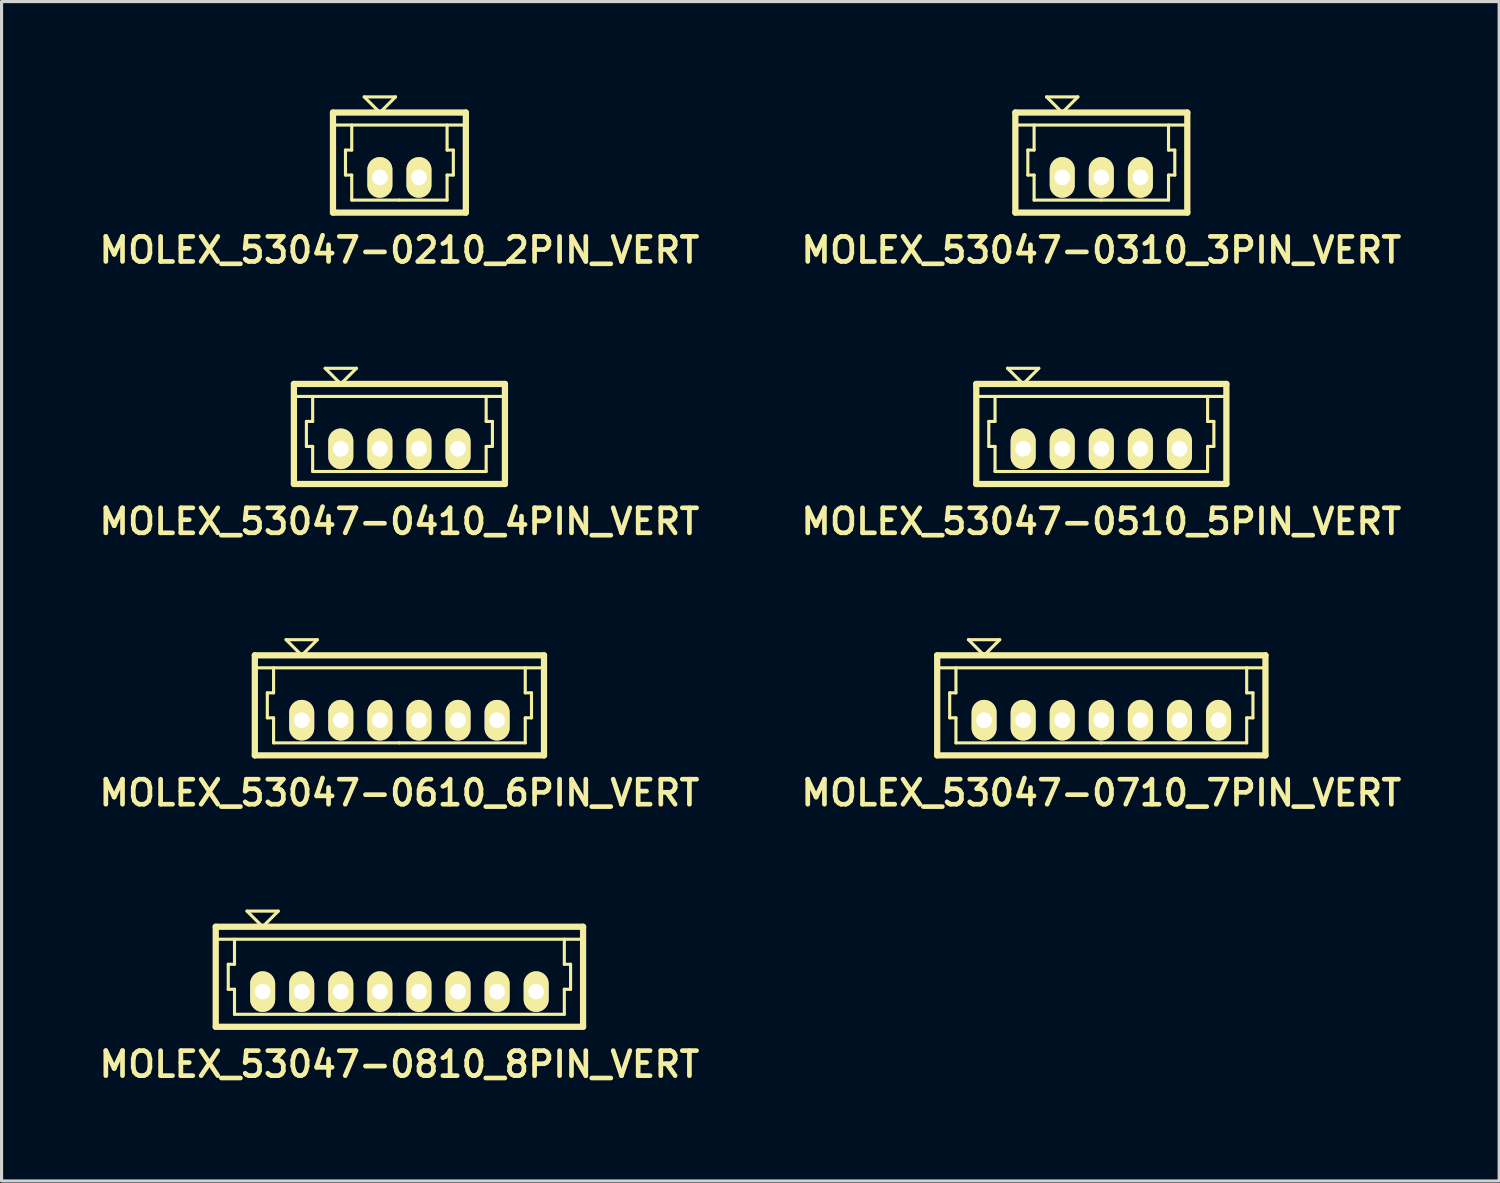
<source format=kicad_pcb>
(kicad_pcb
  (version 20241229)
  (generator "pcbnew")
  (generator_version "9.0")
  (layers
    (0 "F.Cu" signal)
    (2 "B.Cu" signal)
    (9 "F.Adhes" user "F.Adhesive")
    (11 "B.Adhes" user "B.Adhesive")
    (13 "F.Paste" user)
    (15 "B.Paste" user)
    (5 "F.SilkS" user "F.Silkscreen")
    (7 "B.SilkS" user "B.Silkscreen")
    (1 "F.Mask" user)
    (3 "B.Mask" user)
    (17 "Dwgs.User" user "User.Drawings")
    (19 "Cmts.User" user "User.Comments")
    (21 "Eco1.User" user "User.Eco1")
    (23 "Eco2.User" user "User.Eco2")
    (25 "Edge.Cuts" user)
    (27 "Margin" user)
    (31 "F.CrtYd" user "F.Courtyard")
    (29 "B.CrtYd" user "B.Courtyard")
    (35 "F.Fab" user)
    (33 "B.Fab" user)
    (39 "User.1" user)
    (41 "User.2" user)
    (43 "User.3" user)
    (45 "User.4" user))
  (footprint "MOLEX_53047-0810_8PIN_VERT"
    (layer "F.Cu")
    (at 9.726 28.194)
    (property "Reference" "MOLEX_53047-0810_8PIN_VERT" (at 0 2.8 0) (layer "F.SilkS") (effects (font (size 0.8 0.8) (thickness 0.15))))
    (attr through_hole)
    (fp_line (start -5.875 -1.6) (end -5.875 1.6) (stroke (width 0.2) (type solid)) (layer "F.SilkS"))
    (fp_line (start -5.875 -1.6) (end 5.875 -1.6) (stroke (width 0.2) (type solid)) (layer "F.SilkS"))
    (fp_line (start -5.875 -1.2) (end 5.875 -1.2) (stroke (width 0.1) (type solid)) (layer "F.SilkS"))
    (fp_line (start -5.875 1.6) (end 5.875 1.6) (stroke (width 0.2) (type solid)) (layer "F.SilkS"))
    (fp_line (start -5.475 -0.4) (end -5.275 -0.4) (stroke (width 0.1) (type solid)) (layer "F.SilkS"))
    (fp_line (start -5.475 0.4) (end -5.475 -0.4) (stroke (width 0.1) (type solid)) (layer "F.SilkS"))
    (fp_line (start -5.275 -0.4) (end -5.275 -1.2) (stroke (width 0.1) (type solid)) (layer "F.SilkS"))
    (fp_line (start -5.275 0.4) (end -5.475 0.4) (stroke (width 0.1) (type solid)) (layer "F.SilkS"))
    (fp_line (start -5.275 1.2) (end -5.275 0.4) (stroke (width 0.1) (type solid)) (layer "F.SilkS"))
    (fp_line (start -4.875 -2.1) (end -4.375 -1.6) (stroke (width 0.1) (type solid)) (layer "F.SilkS"))
    (fp_line (start -4.375 -1.6) (end -3.875 -2.1) (stroke (width 0.1) (type solid)) (layer "F.SilkS"))
    (fp_line (start -3.875 -2.1) (end -4.875 -2.1) (stroke (width 0.1) (type solid)) (layer "F.SilkS"))
    (fp_line (start 0 1.2) (end -5.275 1.2) (stroke (width 0.1) (type solid)) (layer "F.SilkS"))
    (fp_line (start 0 1.2) (end 5.275 1.2) (stroke (width 0.1) (type solid)) (layer "F.SilkS"))
    (fp_line (start 5.275 -0.4) (end 5.275 -1.2) (stroke (width 0.1) (type solid)) (layer "F.SilkS"))
    (fp_line (start 5.275 0.4) (end 5.475 0.4) (stroke (width 0.1) (type solid)) (layer "F.SilkS"))
    (fp_line (start 5.275 1.2) (end 5.275 0.4) (stroke (width 0.1) (type solid)) (layer "F.SilkS"))
    (fp_line (start 5.475 -0.4) (end 5.275 -0.4) (stroke (width 0.1) (type solid)) (layer "F.SilkS"))
    (fp_line (start 5.475 0.4) (end 5.475 -0.4) (stroke (width 0.1) (type solid)) (layer "F.SilkS"))
    (fp_line (start 5.875 -1.6) (end 5.875 1.6) (stroke (width 0.2) (type solid)) (layer "F.SilkS"))
    (pad "1" thru_hole oval (at -4.375 0.475) (size 0.8 1.3) (drill 0.5) (layers "*.Cu" "*.Mask" "F.SilkS"))
    (pad "2" thru_hole oval (at -3.125 0.475) (size 0.8 1.3) (drill 0.5) (layers "*.Cu" "*.Mask" "F.SilkS"))
    (pad "3" thru_hole oval (at -1.875 0.475) (size 0.8 1.3) (drill 0.5) (layers "*.Cu" "*.Mask" "F.SilkS"))
    (pad "4" thru_hole oval (at -0.625 0.475) (size 0.8 1.3) (drill 0.5) (layers "*.Cu" "*.Mask" "F.SilkS"))
    (pad "5" thru_hole oval (at 0.625 0.475) (size 0.8 1.3) (drill 0.5) (layers "*.Cu" "*.Mask" "F.SilkS"))
    (pad "6" thru_hole oval (at 1.875 0.475) (size 0.8 1.3) (drill 0.5) (layers "*.Cu" "*.Mask" "F.SilkS"))
    (pad "7" thru_hole oval (at 3.125 0.475) (size 0.8 1.3) (drill 0.5) (layers "*.Cu" "*.Mask" "F.SilkS"))
    (pad "8" thru_hole oval (at 4.375 0.475) (size 0.8 1.3) (drill 0.5) (layers "*.Cu" "*.Mask" "F.SilkS")))
  (footprint "MOLEX_53047-0510_5PIN_VERT"
    (layer "F.Cu")
    (at 32.178 10.831)
    (property "Reference" "MOLEX_53047-0510_5PIN_VERT" (at 0 2.8 0) (layer "F.SilkS") (effects (font (size 0.8 0.8) (thickness 0.15))))
    (attr through_hole)
    (fp_line (start -4 -1.6) (end -4 1.6) (stroke (width 0.2) (type solid)) (layer "F.SilkS"))
    (fp_line (start -4 -1.6) (end 4 -1.6) (stroke (width 0.2) (type solid)) (layer "F.SilkS"))
    (fp_line (start -4 -1.2) (end 4 -1.2) (stroke (width 0.1) (type solid)) (layer "F.SilkS"))
    (fp_line (start -4 1.6) (end 4 1.6) (stroke (width 0.2) (type solid)) (layer "F.SilkS"))
    (fp_line (start -3.6 -0.4) (end -3.4 -0.4) (stroke (width 0.1) (type solid)) (layer "F.SilkS"))
    (fp_line (start -3.6 0.4) (end -3.6 -0.4) (stroke (width 0.1) (type solid)) (layer "F.SilkS"))
    (fp_line (start -3.4 -0.4) (end -3.4 -1.2) (stroke (width 0.1) (type solid)) (layer "F.SilkS"))
    (fp_line (start -3.4 0.4) (end -3.6 0.4) (stroke (width 0.1) (type solid)) (layer "F.SilkS"))
    (fp_line (start -3.4 1.2) (end -3.4 0.4) (stroke (width 0.1) (type solid)) (layer "F.SilkS"))
    (fp_line (start -3 -2.1) (end -2.5 -1.6) (stroke (width 0.1) (type solid)) (layer "F.SilkS"))
    (fp_line (start -2.5 -1.6) (end -2 -2.1) (stroke (width 0.1) (type solid)) (layer "F.SilkS"))
    (fp_line (start -2 -2.1) (end -3 -2.1) (stroke (width 0.1) (type solid)) (layer "F.SilkS"))
    (fp_line (start 0 1.2) (end -3.4 1.2) (stroke (width 0.1) (type solid)) (layer "F.SilkS"))
    (fp_line (start 0 1.2) (end 3.4 1.2) (stroke (width 0.1) (type solid)) (layer "F.SilkS"))
    (fp_line (start 3.4 -0.4) (end 3.4 -1.2) (stroke (width 0.1) (type solid)) (layer "F.SilkS"))
    (fp_line (start 3.4 0.4) (end 3.6 0.4) (stroke (width 0.1) (type solid)) (layer "F.SilkS"))
    (fp_line (start 3.4 1.2) (end 3.4 0.4) (stroke (width 0.1) (type solid)) (layer "F.SilkS"))
    (fp_line (start 3.6 -0.4) (end 3.4 -0.4) (stroke (width 0.1) (type solid)) (layer "F.SilkS"))
    (fp_line (start 3.6 0.4) (end 3.6 -0.4) (stroke (width 0.1) (type solid)) (layer "F.SilkS"))
    (fp_line (start 4 -1.6) (end 4 1.6) (stroke (width 0.2) (type solid)) (layer "F.SilkS"))
    (pad "1" thru_hole oval (at -2.5 0.475) (size 0.8 1.3) (drill 0.5) (layers "*.Cu" "*.Mask" "F.SilkS"))
    (pad "2" thru_hole oval (at -1.25 0.475) (size 0.8 1.3) (drill 0.5) (layers "*.Cu" "*.Mask" "F.SilkS"))
    (pad "3" thru_hole oval (at 0 0.475) (size 0.8 1.3) (drill 0.5) (layers "*.Cu" "*.Mask" "F.SilkS"))
    (pad "4" thru_hole oval (at 1.25 0.475) (size 0.8 1.3) (drill 0.5) (layers "*.Cu" "*.Mask" "F.SilkS"))
    (pad "5" thru_hole oval (at 2.5 0.475) (size 0.8 1.3) (drill 0.5) (layers "*.Cu" "*.Mask" "F.SilkS")))
  (footprint "MOLEX_53047-0710_7PIN_VERT"
    (layer "F.Cu")
    (at 32.178 19.512)
    (property "Reference" "MOLEX_53047-0710_7PIN_VERT" (at 0 2.8 0) (layer "F.SilkS") (effects (font (size 0.8 0.8) (thickness 0.15))))
    (attr through_hole)
    (fp_line (start -5.25 -1.6) (end -5.25 1.6) (stroke (width 0.2) (type solid)) (layer "F.SilkS"))
    (fp_line (start -5.25 -1.6) (end 5.25 -1.6) (stroke (width 0.2) (type solid)) (layer "F.SilkS"))
    (fp_line (start -5.25 -1.2) (end 5.25 -1.2) (stroke (width 0.1) (type solid)) (layer "F.SilkS"))
    (fp_line (start -5.25 1.6) (end 5.25 1.6) (stroke (width 0.2) (type solid)) (layer "F.SilkS"))
    (fp_line (start -4.85 -0.4) (end -4.65 -0.4) (stroke (width 0.1) (type solid)) (layer "F.SilkS"))
    (fp_line (start -4.85 0.4) (end -4.85 -0.4) (stroke (width 0.1) (type solid)) (layer "F.SilkS"))
    (fp_line (start -4.65 -0.4) (end -4.65 -1.2) (stroke (width 0.1) (type solid)) (layer "F.SilkS"))
    (fp_line (start -4.65 0.4) (end -4.85 0.4) (stroke (width 0.1) (type solid)) (layer "F.SilkS"))
    (fp_line (start -4.65 1.2) (end -4.65 0.4) (stroke (width 0.1) (type solid)) (layer "F.SilkS"))
    (fp_line (start -4.25 -2.1) (end -3.75 -1.6) (stroke (width 0.1) (type solid)) (layer "F.SilkS"))
    (fp_line (start -3.75 -1.6) (end -3.25 -2.1) (stroke (width 0.1) (type solid)) (layer "F.SilkS"))
    (fp_line (start -3.25 -2.1) (end -4.25 -2.1) (stroke (width 0.1) (type solid)) (layer "F.SilkS"))
    (fp_line (start 0 1.2) (end -4.65 1.2) (stroke (width 0.1) (type solid)) (layer "F.SilkS"))
    (fp_line (start 0 1.2) (end 4.65 1.2) (stroke (width 0.1) (type solid)) (layer "F.SilkS"))
    (fp_line (start 4.65 -0.4) (end 4.65 -1.2) (stroke (width 0.1) (type solid)) (layer "F.SilkS"))
    (fp_line (start 4.65 0.4) (end 4.85 0.4) (stroke (width 0.1) (type solid)) (layer "F.SilkS"))
    (fp_line (start 4.65 1.2) (end 4.65 0.4) (stroke (width 0.1) (type solid)) (layer "F.SilkS"))
    (fp_line (start 4.85 -0.4) (end 4.65 -0.4) (stroke (width 0.1) (type solid)) (layer "F.SilkS"))
    (fp_line (start 4.85 0.4) (end 4.85 -0.4) (stroke (width 0.1) (type solid)) (layer "F.SilkS"))
    (fp_line (start 5.25 -1.6) (end 5.25 1.6) (stroke (width 0.2) (type solid)) (layer "F.SilkS"))
    (pad "1" thru_hole oval (at -3.75 0.475) (size 0.8 1.3) (drill 0.5) (layers "*.Cu" "*.Mask" "F.SilkS"))
    (pad "2" thru_hole oval (at -2.5 0.475) (size 0.8 1.3) (drill 0.5) (layers "*.Cu" "*.Mask" "F.SilkS"))
    (pad "3" thru_hole oval (at -1.25 0.475) (size 0.8 1.3) (drill 0.5) (layers "*.Cu" "*.Mask" "F.SilkS"))
    (pad "4" thru_hole oval (at 0 0.475) (size 0.8 1.3) (drill 0.5) (layers "*.Cu" "*.Mask" "F.SilkS"))
    (pad "5" thru_hole oval (at 1.25 0.475) (size 0.8 1.3) (drill 0.5) (layers "*.Cu" "*.Mask" "F.SilkS"))
    (pad "6" thru_hole oval (at 2.5 0.475) (size 0.8 1.3) (drill 0.5) (layers "*.Cu" "*.Mask" "F.SilkS"))
    (pad "7" thru_hole oval (at 3.75 0.475) (size 0.8 1.3) (drill 0.5) (layers "*.Cu" "*.Mask" "F.SilkS")))
  (footprint "MOLEX_53047-0310_3PIN_VERT"
    (layer "F.Cu")
    (at 32.178 2.15)
    (property "Reference" "MOLEX_53047-0310_3PIN_VERT" (at 0 2.8 0) (layer "F.SilkS") (effects (font (size 0.8 0.8) (thickness 0.15))))
    (attr through_hole)
    (fp_line (start -2.75 -1.6) (end -2.75 1.6) (stroke (width 0.2) (type solid)) (layer "F.SilkS"))
    (fp_line (start -2.75 -1.6) (end 2.75 -1.6) (stroke (width 0.2) (type solid)) (layer "F.SilkS"))
    (fp_line (start -2.75 -1.2) (end 2.75 -1.2) (stroke (width 0.1) (type solid)) (layer "F.SilkS"))
    (fp_line (start -2.75 1.6) (end 2.75 1.6) (stroke (width 0.2) (type solid)) (layer "F.SilkS"))
    (fp_line (start -2.35 -0.4) (end -2.15 -0.4) (stroke (width 0.1) (type solid)) (layer "F.SilkS"))
    (fp_line (start -2.35 0.4) (end -2.35 -0.4) (stroke (width 0.1) (type solid)) (layer "F.SilkS"))
    (fp_line (start -2.15 -0.4) (end -2.15 -1.2) (stroke (width 0.1) (type solid)) (layer "F.SilkS"))
    (fp_line (start -2.15 0.4) (end -2.35 0.4) (stroke (width 0.1) (type solid)) (layer "F.SilkS"))
    (fp_line (start -2.15 1.2) (end -2.15 0.4) (stroke (width 0.1) (type solid)) (layer "F.SilkS"))
    (fp_line (start -1.75 -2.1) (end -1.25 -1.6) (stroke (width 0.1) (type solid)) (layer "F.SilkS"))
    (fp_line (start -1.25 -1.6) (end -0.75 -2.1) (stroke (width 0.1) (type solid)) (layer "F.SilkS"))
    (fp_line (start -0.75 -2.1) (end -1.75 -2.1) (stroke (width 0.1) (type solid)) (layer "F.SilkS"))
    (fp_line (start 0 1.2) (end -2.15 1.2) (stroke (width 0.1) (type solid)) (layer "F.SilkS"))
    (fp_line (start 0 1.2) (end 2.15 1.2) (stroke (width 0.1) (type solid)) (layer "F.SilkS"))
    (fp_line (start 2.15 -0.4) (end 2.15 -1.2) (stroke (width 0.1) (type solid)) (layer "F.SilkS"))
    (fp_line (start 2.15 0.4) (end 2.35 0.4) (stroke (width 0.1) (type solid)) (layer "F.SilkS"))
    (fp_line (start 2.15 1.2) (end 2.15 0.4) (stroke (width 0.1) (type solid)) (layer "F.SilkS"))
    (fp_line (start 2.35 -0.4) (end 2.15 -0.4) (stroke (width 0.1) (type solid)) (layer "F.SilkS"))
    (fp_line (start 2.35 0.4) (end 2.35 -0.4) (stroke (width 0.1) (type solid)) (layer "F.SilkS"))
    (fp_line (start 2.75 -1.6) (end 2.75 1.6) (stroke (width 0.2) (type solid)) (layer "F.SilkS"))
    (pad "1" thru_hole oval (at -1.25 0.475) (size 0.8 1.3) (drill 0.5) (layers "*.Cu" "*.Mask" "F.SilkS"))
    (pad "2" thru_hole oval (at 0 0.475) (size 0.8 1.3) (drill 0.5) (layers "*.Cu" "*.Mask" "F.SilkS"))
    (pad "3" thru_hole oval (at 1.25 0.475) (size 0.8 1.3) (drill 0.5) (layers "*.Cu" "*.Mask" "F.SilkS")))
  (footprint "MOLEX_53047-0210_2PIN_VERT"
    (layer "F.Cu")
    (at 9.726 2.15)
    (property "Reference" "MOLEX_53047-0210_2PIN_VERT" (at 0 2.8 0) (layer "F.SilkS") (effects (font (size 0.8 0.8) (thickness 0.15))))
    (attr through_hole)
    (fp_line (start -2.125 -1.6) (end -2.125 1.6) (stroke (width 0.2) (type solid)) (layer "F.SilkS"))
    (fp_line (start -2.125 -1.6) (end 2.125 -1.6) (stroke (width 0.2) (type solid)) (layer "F.SilkS"))
    (fp_line (start -2.125 -1.2) (end 2.125 -1.2) (stroke (width 0.1) (type solid)) (layer "F.SilkS"))
    (fp_line (start -2.125 1.6) (end 2.125 1.6) (stroke (width 0.2) (type solid)) (layer "F.SilkS"))
    (fp_line (start -1.725 -0.4) (end -1.525 -0.4) (stroke (width 0.1) (type solid)) (layer "F.SilkS"))
    (fp_line (start -1.725 0.4) (end -1.725 -0.4) (stroke (width 0.1) (type solid)) (layer "F.SilkS"))
    (fp_line (start -1.525 -0.4) (end -1.525 -1.2) (stroke (width 0.1) (type solid)) (layer "F.SilkS"))
    (fp_line (start -1.525 0.4) (end -1.725 0.4) (stroke (width 0.1) (type solid)) (layer "F.SilkS"))
    (fp_line (start -1.525 1.2) (end -1.525 0.4) (stroke (width 0.1) (type solid)) (layer "F.SilkS"))
    (fp_line (start -1.125 -2.1) (end -0.625 -1.6) (stroke (width 0.1) (type solid)) (layer "F.SilkS"))
    (fp_line (start -0.625 -1.6) (end -0.125 -2.1) (stroke (width 0.1) (type solid)) (layer "F.SilkS"))
    (fp_line (start -0.125 -2.1) (end -1.125 -2.1) (stroke (width 0.1) (type solid)) (layer "F.SilkS"))
    (fp_line (start 0 1.2) (end -1.525 1.2) (stroke (width 0.1) (type solid)) (layer "F.SilkS"))
    (fp_line (start 0 1.2) (end 1.525 1.2) (stroke (width 0.1) (type solid)) (layer "F.SilkS"))
    (fp_line (start 1.525 -0.4) (end 1.525 -1.2) (stroke (width 0.1) (type solid)) (layer "F.SilkS"))
    (fp_line (start 1.525 0.4) (end 1.725 0.4) (stroke (width 0.1) (type solid)) (layer "F.SilkS"))
    (fp_line (start 1.525 1.2) (end 1.525 0.4) (stroke (width 0.1) (type solid)) (layer "F.SilkS"))
    (fp_line (start 1.725 -0.4) (end 1.525 -0.4) (stroke (width 0.1) (type solid)) (layer "F.SilkS"))
    (fp_line (start 1.725 0.4) (end 1.725 -0.4) (stroke (width 0.1) (type solid)) (layer "F.SilkS"))
    (fp_line (start 2.125 -1.6) (end 2.125 1.6) (stroke (width 0.2) (type solid)) (layer "F.SilkS"))
    (pad "1" thru_hole oval (at -0.625 0.475) (size 0.8 1.3) (drill 0.5) (layers "*.Cu" "*.Mask" "F.SilkS"))
    (pad "2" thru_hole oval (at 0.625 0.475) (size 0.8 1.3) (drill 0.5) (layers "*.Cu" "*.Mask" "F.SilkS")))
  (footprint "MOLEX_53047-0610_6PIN_VERT"
    (layer "F.Cu")
    (at 9.726 19.512)
    (property "Reference" "MOLEX_53047-0610_6PIN_VERT" (at 0 2.8 0) (layer "F.SilkS") (effects (font (size 0.8 0.8) (thickness 0.15))))
    (attr through_hole)
    (fp_line (start -4.625 -1.6) (end -4.625 1.6) (stroke (width 0.2) (type solid)) (layer "F.SilkS"))
    (fp_line (start -4.625 -1.6) (end 4.625 -1.6) (stroke (width 0.2) (type solid)) (layer "F.SilkS"))
    (fp_line (start -4.625 -1.2) (end 4.625 -1.2) (stroke (width 0.1) (type solid)) (layer "F.SilkS"))
    (fp_line (start -4.625 1.6) (end 4.625 1.6) (stroke (width 0.2) (type solid)) (layer "F.SilkS"))
    (fp_line (start -4.225 -0.4) (end -4.025 -0.4) (stroke (width 0.1) (type solid)) (layer "F.SilkS"))
    (fp_line (start -4.225 0.4) (end -4.225 -0.4) (stroke (width 0.1) (type solid)) (layer "F.SilkS"))
    (fp_line (start -4.025 -0.4) (end -4.025 -1.2) (stroke (width 0.1) (type solid)) (layer "F.SilkS"))
    (fp_line (start -4.025 0.4) (end -4.225 0.4) (stroke (width 0.1) (type solid)) (layer "F.SilkS"))
    (fp_line (start -4.025 1.2) (end -4.025 0.4) (stroke (width 0.1) (type solid)) (layer "F.SilkS"))
    (fp_line (start -3.625 -2.1) (end -3.125 -1.6) (stroke (width 0.1) (type solid)) (layer "F.SilkS"))
    (fp_line (start -3.125 -1.6) (end -2.625 -2.1) (stroke (width 0.1) (type solid)) (layer "F.SilkS"))
    (fp_line (start -2.625 -2.1) (end -3.625 -2.1) (stroke (width 0.1) (type solid)) (layer "F.SilkS"))
    (fp_line (start 0 1.2) (end -4.025 1.2) (stroke (width 0.1) (type solid)) (layer "F.SilkS"))
    (fp_line (start 0 1.2) (end 4.025 1.2) (stroke (width 0.1) (type solid)) (layer "F.SilkS"))
    (fp_line (start 4.025 -0.4) (end 4.025 -1.2) (stroke (width 0.1) (type solid)) (layer "F.SilkS"))
    (fp_line (start 4.025 0.4) (end 4.225 0.4) (stroke (width 0.1) (type solid)) (layer "F.SilkS"))
    (fp_line (start 4.025 1.2) (end 4.025 0.4) (stroke (width 0.1) (type solid)) (layer "F.SilkS"))
    (fp_line (start 4.225 -0.4) (end 4.025 -0.4) (stroke (width 0.1) (type solid)) (layer "F.SilkS"))
    (fp_line (start 4.225 0.4) (end 4.225 -0.4) (stroke (width 0.1) (type solid)) (layer "F.SilkS"))
    (fp_line (start 4.625 -1.6) (end 4.625 1.6) (stroke (width 0.2) (type solid)) (layer "F.SilkS"))
    (pad "1" thru_hole oval (at -3.125 0.475) (size 0.8 1.3) (drill 0.5) (layers "*.Cu" "*.Mask" "F.SilkS"))
    (pad "2" thru_hole oval (at -1.875 0.475) (size 0.8 1.3) (drill 0.5) (layers "*.Cu" "*.Mask" "F.SilkS"))
    (pad "3" thru_hole oval (at -0.625 0.475) (size 0.8 1.3) (drill 0.5) (layers "*.Cu" "*.Mask" "F.SilkS"))
    (pad "4" thru_hole oval (at 0.625 0.475) (size 0.8 1.3) (drill 0.5) (layers "*.Cu" "*.Mask" "F.SilkS"))
    (pad "5" thru_hole oval (at 1.875 0.475) (size 0.8 1.3) (drill 0.5) (layers "*.Cu" "*.Mask" "F.SilkS"))
    (pad "6" thru_hole oval (at 3.125 0.475) (size 0.8 1.3) (drill 0.5) (layers "*.Cu" "*.Mask" "F.SilkS")))
  (footprint "MOLEX_53047-0410_4PIN_VERT"
    (layer "F.Cu")
    (at 9.726 10.831)
    (property "Reference" "MOLEX_53047-0410_4PIN_VERT" (at 0 2.8 0) (layer "F.SilkS") (effects (font (size 0.8 0.8) (thickness 0.15))))
    (attr through_hole)
    (fp_line (start -3.375 -1.6) (end -3.375 1.6) (stroke (width 0.2) (type solid)) (layer "F.SilkS"))
    (fp_line (start -3.375 -1.6) (end 3.375 -1.6) (stroke (width 0.2) (type solid)) (layer "F.SilkS"))
    (fp_line (start -3.375 -1.2) (end 3.375 -1.2) (stroke (width 0.1) (type solid)) (layer "F.SilkS"))
    (fp_line (start -3.375 1.6) (end 3.375 1.6) (stroke (width 0.2) (type solid)) (layer "F.SilkS"))
    (fp_line (start -2.975 -0.4) (end -2.775 -0.4) (stroke (width 0.1) (type solid)) (layer "F.SilkS"))
    (fp_line (start -2.975 0.4) (end -2.975 -0.4) (stroke (width 0.1) (type solid)) (layer "F.SilkS"))
    (fp_line (start -2.775 -0.4) (end -2.775 -1.2) (stroke (width 0.1) (type solid)) (layer "F.SilkS"))
    (fp_line (start -2.775 0.4) (end -2.975 0.4) (stroke (width 0.1) (type solid)) (layer "F.SilkS"))
    (fp_line (start -2.775 1.2) (end -2.775 0.4) (stroke (width 0.1) (type solid)) (layer "F.SilkS"))
    (fp_line (start -2.375 -2.1) (end -1.875 -1.6) (stroke (width 0.1) (type solid)) (layer "F.SilkS"))
    (fp_line (start -1.875 -1.6) (end -1.375 -2.1) (stroke (width 0.1) (type solid)) (layer "F.SilkS"))
    (fp_line (start -1.375 -2.1) (end -2.375 -2.1) (stroke (width 0.1) (type solid)) (layer "F.SilkS"))
    (fp_line (start 0 1.2) (end -2.775 1.2) (stroke (width 0.1) (type solid)) (layer "F.SilkS"))
    (fp_line (start 0 1.2) (end 2.775 1.2) (stroke (width 0.1) (type solid)) (layer "F.SilkS"))
    (fp_line (start 2.775 -0.4) (end 2.775 -1.2) (stroke (width 0.1) (type solid)) (layer "F.SilkS"))
    (fp_line (start 2.775 0.4) (end 2.975 0.4) (stroke (width 0.1) (type solid)) (layer "F.SilkS"))
    (fp_line (start 2.775 1.2) (end 2.775 0.4) (stroke (width 0.1) (type solid)) (layer "F.SilkS"))
    (fp_line (start 2.975 -0.4) (end 2.775 -0.4) (stroke (width 0.1) (type solid)) (layer "F.SilkS"))
    (fp_line (start 2.975 0.4) (end 2.975 -0.4) (stroke (width 0.1) (type solid)) (layer "F.SilkS"))
    (fp_line (start 3.375 -1.6) (end 3.375 1.6) (stroke (width 0.2) (type solid)) (layer "F.SilkS"))
    (pad "1" thru_hole oval (at -1.875 0.475) (size 0.8 1.3) (drill 0.5) (layers "*.Cu" "*.Mask" "F.SilkS"))
    (pad "2" thru_hole oval (at -0.625 0.475) (size 0.8 1.3) (drill 0.5) (layers "*.Cu" "*.Mask" "F.SilkS"))
    (pad "3" thru_hole oval (at 0.625 0.475) (size 0.8 1.3) (drill 0.5) (layers "*.Cu" "*.Mask" "F.SilkS"))
    (pad "4" thru_hole oval (at 1.875 0.475) (size 0.8 1.3) (drill 0.5) (layers "*.Cu" "*.Mask" "F.SilkS")))
  (gr_rect
    (start -3 -3)
    (end 44.904 34.725)
    (stroke (width 0.1) (type default))
    (fill no)
    (layer "Edge.Cuts")))
</source>
